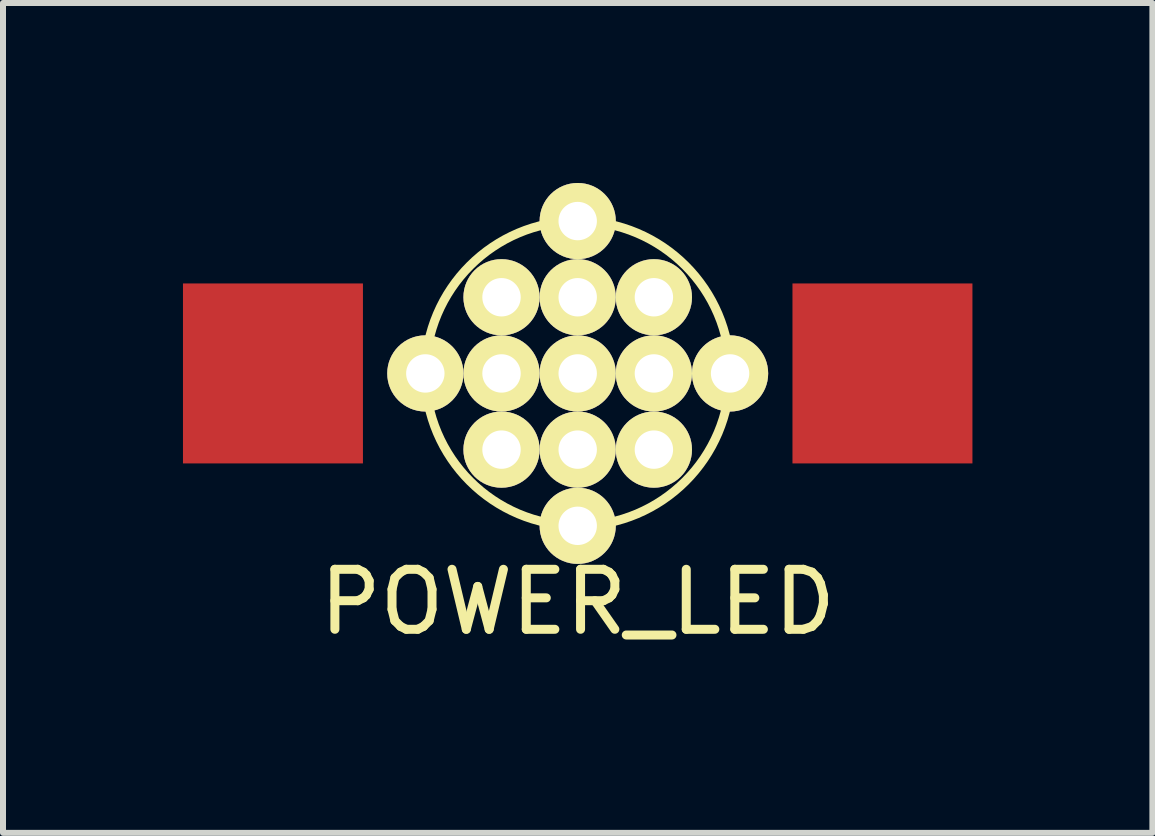
<source format=kicad_pcb>
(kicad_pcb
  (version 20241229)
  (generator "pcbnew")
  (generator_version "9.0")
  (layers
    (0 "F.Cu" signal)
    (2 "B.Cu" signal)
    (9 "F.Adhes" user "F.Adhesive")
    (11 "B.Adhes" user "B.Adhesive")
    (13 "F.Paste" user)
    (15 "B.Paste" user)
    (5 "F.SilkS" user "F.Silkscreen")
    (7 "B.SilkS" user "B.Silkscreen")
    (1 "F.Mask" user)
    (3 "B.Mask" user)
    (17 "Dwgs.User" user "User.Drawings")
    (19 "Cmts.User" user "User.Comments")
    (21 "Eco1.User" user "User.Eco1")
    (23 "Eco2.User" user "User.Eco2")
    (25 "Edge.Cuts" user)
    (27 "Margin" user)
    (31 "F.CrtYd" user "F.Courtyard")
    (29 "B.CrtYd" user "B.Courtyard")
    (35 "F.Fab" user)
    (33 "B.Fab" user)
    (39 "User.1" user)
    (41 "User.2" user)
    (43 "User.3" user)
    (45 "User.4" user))
  (footprint "POWER_LED"
    (layer "F.Cu")
    (at 6.58 3.175)
    (property "Reference" "POWER_LED" (at 0 3.81 0) (layer "F.SilkS") (effects (font (size 1 1) (thickness 0.15))))
    (attr through_hole)
    (fp_circle (center 0 0) (end 2.54 0) (stroke (width 0.15) (type solid)) (fill no) (layer "F.SilkS"))
    (pad "1" smd rect (at -5.08 0) (size 3 3) (layers "F.Cu" "F.Mask" "F.Paste"))
    (pad "2" smd rect (at 5.08 0) (size 3 3) (layers "F.Cu" "F.Mask" "F.Paste"))
    (pad "4" thru_hole circle (at -2.54 0) (size 1.27 1.27) (drill 0.64) (layers "*.Cu" "*.Mask" "F.SilkS"))
    (pad "4" thru_hole circle (at -1.27 -1.27) (size 1.27 1.27) (drill 0.64) (layers "*.Cu" "*.Mask" "F.SilkS"))
    (pad "4" thru_hole circle (at -1.27 0) (size 1.27 1.27) (drill 0.64) (layers "*.Cu" "*.Mask" "F.SilkS"))
    (pad "4" thru_hole circle (at -1.27 1.27) (size 1.27 1.27) (drill 0.64) (layers "*.Cu" "*.Mask" "F.SilkS"))
    (pad "4" thru_hole circle (at 0 -2.54) (size 1.27 1.27) (drill 0.64) (layers "*.Cu" "*.Mask" "F.SilkS"))
    (pad "4" thru_hole circle (at 0 -1.27) (size 1.27 1.27) (drill 0.64) (layers "*.Cu" "*.Mask" "F.SilkS"))
    (pad "4" thru_hole circle (at 0 0) (size 1.27 1.27) (drill 0.64) (layers "*.Cu" "*.Mask" "F.SilkS"))
    (pad "4" thru_hole circle (at 0 1.27) (size 1.27 1.27) (drill 0.64) (layers "*.Cu" "*.Mask" "F.SilkS"))
    (pad "4" thru_hole circle (at 0 2.54) (size 1.27 1.27) (drill 0.64) (layers "*.Cu" "*.Mask" "F.SilkS"))
    (pad "4" thru_hole circle (at 1.27 -1.27) (size 1.27 1.27) (drill 0.64) (layers "*.Cu" "*.Mask" "F.SilkS"))
    (pad "4" thru_hole circle (at 1.27 0) (size 1.27 1.27) (drill 0.64) (layers "*.Cu" "*.Mask" "F.SilkS"))
    (pad "4" thru_hole circle (at 1.27 1.27) (size 1.27 1.27) (drill 0.64) (layers "*.Cu" "*.Mask" "F.SilkS"))
    (pad "4" thru_hole circle (at 2.54 0) (size 1.27 1.27) (drill 0.64) (layers "*.Cu" "*.Mask" "F.SilkS")))
  (gr_rect
    (start -3 -3)
    (end 16.16 10.833)
    (stroke (width 0.1) (type default))
    (fill no)
    (layer "Edge.Cuts")))
</source>
